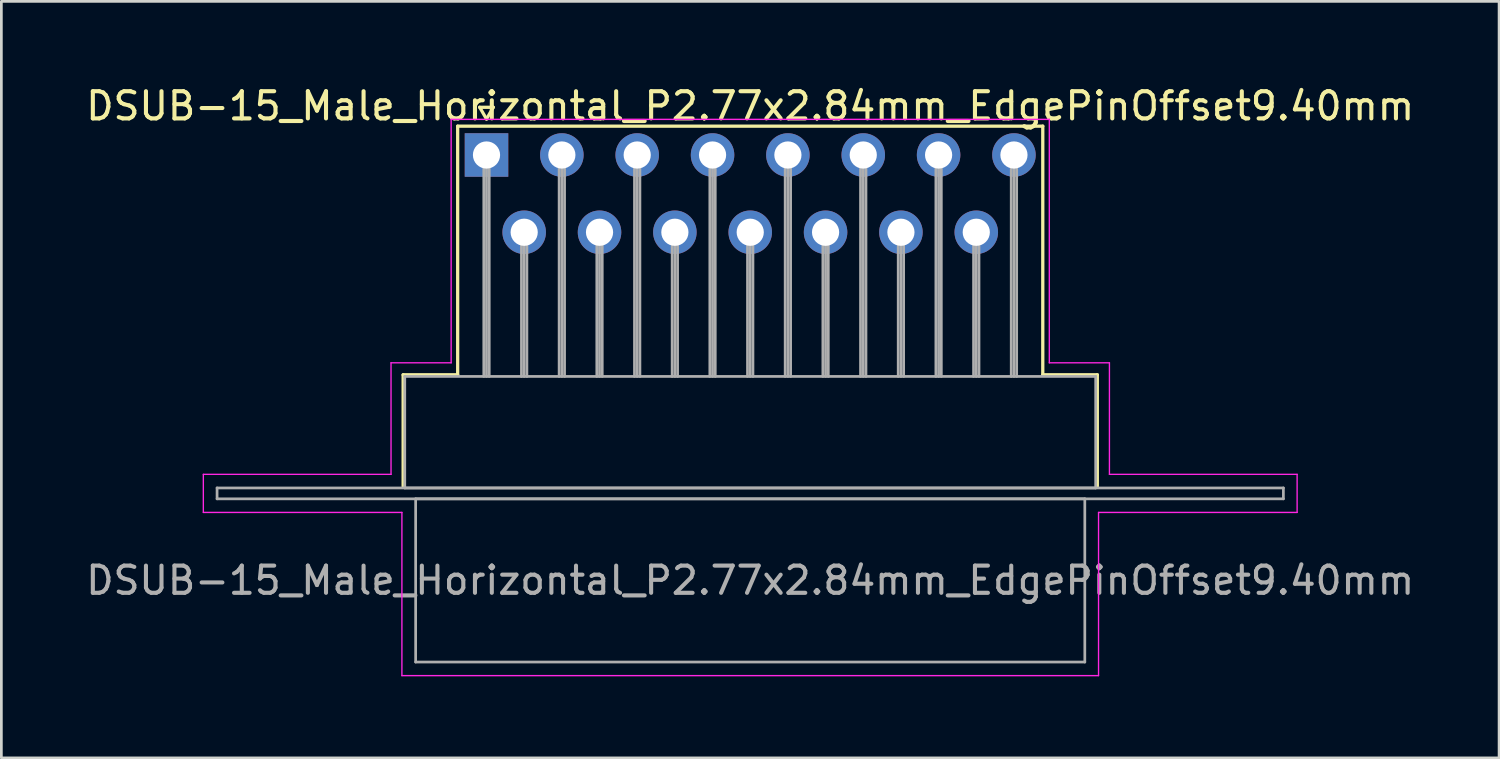
<source format=kicad_pcb>
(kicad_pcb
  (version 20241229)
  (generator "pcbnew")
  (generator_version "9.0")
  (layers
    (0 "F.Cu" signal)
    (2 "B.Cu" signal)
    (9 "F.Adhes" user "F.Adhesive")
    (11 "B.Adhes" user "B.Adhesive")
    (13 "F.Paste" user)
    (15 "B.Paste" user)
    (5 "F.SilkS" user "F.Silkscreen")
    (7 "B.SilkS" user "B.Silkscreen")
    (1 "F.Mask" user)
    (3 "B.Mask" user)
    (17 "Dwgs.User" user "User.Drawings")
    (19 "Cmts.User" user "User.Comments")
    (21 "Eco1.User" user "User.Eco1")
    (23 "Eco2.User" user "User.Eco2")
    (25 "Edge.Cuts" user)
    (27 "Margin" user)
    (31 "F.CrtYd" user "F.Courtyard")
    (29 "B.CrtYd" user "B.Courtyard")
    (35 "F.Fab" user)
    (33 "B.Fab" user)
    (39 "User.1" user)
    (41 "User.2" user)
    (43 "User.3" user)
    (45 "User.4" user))
  (footprint "DSUB-15_Male_Horizontal_P2.77x2.84mm_EdgePinOffset9.40mm"
    (layer "F.Cu")
    (at 14.835 2.648)
    (property "Reference" "DSUB-15_Male_Horizontal_P2.77x2.84mm_EdgePinOffset9.40mm" (at 9.695 -1.8 0) (layer "F.SilkS") (effects (font (size 1 1) (thickness 0.15))))
    (attr through_hole)
    (fp_line (start -3.065 8.08) (end -1.06 8.08) (stroke (width 0.12) (type solid)) (layer "F.SilkS"))
    (fp_line (start -3.065 12.18) (end -3.065 8.08) (stroke (width 0.12) (type solid)) (layer "F.SilkS"))
    (fp_line (start -1.06 -1.06) (end 20.45 -1.06) (stroke (width 0.12) (type solid)) (layer "F.SilkS"))
    (fp_line (start -1.06 8.08) (end -1.06 -1.06) (stroke (width 0.12) (type solid)) (layer "F.SilkS"))
    (fp_line (start -0.25 -1.754) (end 0.25 -1.754) (stroke (width 0.12) (type solid)) (layer "F.SilkS"))
    (fp_line (start 0 -1.321) (end -0.25 -1.754) (stroke (width 0.12) (type solid)) (layer "F.SilkS"))
    (fp_line (start 0.25 -1.754) (end 0 -1.321) (stroke (width 0.12) (type solid)) (layer "F.SilkS"))
    (fp_line (start 20.45 -1.06) (end 20.45 8.08) (stroke (width 0.12) (type solid)) (layer "F.SilkS"))
    (fp_line (start 20.45 8.08) (end 22.455 8.08) (stroke (width 0.12) (type solid)) (layer "F.SilkS"))
    (fp_line (start 22.455 8.08) (end 22.455 12.18) (stroke (width 0.12) (type solid)) (layer "F.SilkS"))
    (fp_line (start -10.41 11.74) (end -3.51 11.74) (stroke (width 0.05) (type solid)) (layer "F.CrtYd"))
    (fp_line (start -10.41 13.14) (end -10.41 11.74) (stroke (width 0.05) (type solid)) (layer "F.CrtYd"))
    (fp_line (start -3.51 7.64) (end -1.3 7.64) (stroke (width 0.05) (type solid)) (layer "F.CrtYd"))
    (fp_line (start -3.51 11.74) (end -3.51 7.64) (stroke (width 0.05) (type solid)) (layer "F.CrtYd"))
    (fp_line (start -3.11 13.14) (end -10.41 13.14) (stroke (width 0.05) (type solid)) (layer "F.CrtYd"))
    (fp_line (start -3.11 19.14) (end -3.11 13.14) (stroke (width 0.05) (type solid)) (layer "F.CrtYd"))
    (fp_line (start -1.3 -1.31) (end 20.69 -1.31) (stroke (width 0.05) (type solid)) (layer "F.CrtYd"))
    (fp_line (start -1.3 7.64) (end -1.3 -1.31) (stroke (width 0.05) (type solid)) (layer "F.CrtYd"))
    (fp_line (start 20.69 -1.31) (end 20.69 7.64) (stroke (width 0.05) (type solid)) (layer "F.CrtYd"))
    (fp_line (start 20.69 7.64) (end 22.9 7.64) (stroke (width 0.05) (type solid)) (layer "F.CrtYd"))
    (fp_line (start 22.5 13.14) (end 22.5 19.14) (stroke (width 0.05) (type solid)) (layer "F.CrtYd"))
    (fp_line (start 22.5 19.14) (end -3.11 19.14) (stroke (width 0.05) (type solid)) (layer "F.CrtYd"))
    (fp_line (start 22.9 7.64) (end 22.9 11.74) (stroke (width 0.05) (type solid)) (layer "F.CrtYd"))
    (fp_line (start 22.9 11.74) (end 29.8 11.74) (stroke (width 0.05) (type solid)) (layer "F.CrtYd"))
    (fp_line (start 29.8 11.74) (end 29.8 13.14) (stroke (width 0.05) (type solid)) (layer "F.CrtYd"))
    (fp_line (start 29.8 13.14) (end 22.5 13.14) (stroke (width 0.05) (type solid)) (layer "F.CrtYd"))
    (fp_line (start -9.905 12.24) (end -9.905 12.64) (stroke (width 0.1) (type solid)) (layer "F.Fab"))
    (fp_line (start -9.905 12.64) (end 29.295 12.64) (stroke (width 0.1) (type solid)) (layer "F.Fab"))
    (fp_line (start -3.005 8.14) (end -3.005 12.24) (stroke (width 0.1) (type solid)) (layer "F.Fab"))
    (fp_line (start -3.005 12.24) (end 22.395 12.24) (stroke (width 0.1) (type solid)) (layer "F.Fab"))
    (fp_line (start -2.605 12.64) (end -2.605 18.64) (stroke (width 0.1) (type solid)) (layer "F.Fab"))
    (fp_line (start -2.605 18.64) (end 21.995 18.64) (stroke (width 0.1) (type solid)) (layer "F.Fab"))
    (fp_line (start -0.1 0) (end -0.1 8.14) (stroke (width 0.1) (type solid)) (layer "F.Fab"))
    (fp_line (start 0 0) (end 0 8.14) (stroke (width 0.1) (type solid)) (layer "F.Fab"))
    (fp_line (start 0.1 0) (end 0.1 8.14) (stroke (width 0.1) (type solid)) (layer "F.Fab"))
    (fp_line (start 1.285 2.84) (end 1.285 8.14) (stroke (width 0.1) (type solid)) (layer "F.Fab"))
    (fp_line (start 1.385 2.84) (end 1.385 8.14) (stroke (width 0.1) (type solid)) (layer "F.Fab"))
    (fp_line (start 1.485 2.84) (end 1.485 8.14) (stroke (width 0.1) (type solid)) (layer "F.Fab"))
    (fp_line (start 2.67 0) (end 2.67 8.14) (stroke (width 0.1) (type solid)) (layer "F.Fab"))
    (fp_line (start 2.77 0) (end 2.77 8.14) (stroke (width 0.1) (type solid)) (layer "F.Fab"))
    (fp_line (start 2.87 0) (end 2.87 8.14) (stroke (width 0.1) (type solid)) (layer "F.Fab"))
    (fp_line (start 4.055 2.84) (end 4.055 8.14) (stroke (width 0.1) (type solid)) (layer "F.Fab"))
    (fp_line (start 4.155 2.84) (end 4.155 8.14) (stroke (width 0.1) (type solid)) (layer "F.Fab"))
    (fp_line (start 4.255 2.84) (end 4.255 8.14) (stroke (width 0.1) (type solid)) (layer "F.Fab"))
    (fp_line (start 5.44 0) (end 5.44 8.14) (stroke (width 0.1) (type solid)) (layer "F.Fab"))
    (fp_line (start 5.54 0) (end 5.54 8.14) (stroke (width 0.1) (type solid)) (layer "F.Fab"))
    (fp_line (start 5.64 0) (end 5.64 8.14) (stroke (width 0.1) (type solid)) (layer "F.Fab"))
    (fp_line (start 6.825 2.84) (end 6.825 8.14) (stroke (width 0.1) (type solid)) (layer "F.Fab"))
    (fp_line (start 6.925 2.84) (end 6.925 8.14) (stroke (width 0.1) (type solid)) (layer "F.Fab"))
    (fp_line (start 7.025 2.84) (end 7.025 8.14) (stroke (width 0.1) (type solid)) (layer "F.Fab"))
    (fp_line (start 8.21 0) (end 8.21 8.14) (stroke (width 0.1) (type solid)) (layer "F.Fab"))
    (fp_line (start 8.31 0) (end 8.31 8.14) (stroke (width 0.1) (type solid)) (layer "F.Fab"))
    (fp_line (start 8.41 0) (end 8.41 8.14) (stroke (width 0.1) (type solid)) (layer "F.Fab"))
    (fp_line (start 9.595 2.84) (end 9.595 8.14) (stroke (width 0.1) (type solid)) (layer "F.Fab"))
    (fp_line (start 9.695 2.84) (end 9.695 8.14) (stroke (width 0.1) (type solid)) (layer "F.Fab"))
    (fp_line (start 9.795 2.84) (end 9.795 8.14) (stroke (width 0.1) (type solid)) (layer "F.Fab"))
    (fp_line (start 10.98 0) (end 10.98 8.14) (stroke (width 0.1) (type solid)) (layer "F.Fab"))
    (fp_line (start 11.08 0) (end 11.08 8.14) (stroke (width 0.1) (type solid)) (layer "F.Fab"))
    (fp_line (start 11.18 0) (end 11.18 8.14) (stroke (width 0.1) (type solid)) (layer "F.Fab"))
    (fp_line (start 12.365 2.84) (end 12.365 8.14) (stroke (width 0.1) (type solid)) (layer "F.Fab"))
    (fp_line (start 12.465 2.84) (end 12.465 8.14) (stroke (width 0.1) (type solid)) (layer "F.Fab"))
    (fp_line (start 12.565 2.84) (end 12.565 8.14) (stroke (width 0.1) (type solid)) (layer "F.Fab"))
    (fp_line (start 13.75 0) (end 13.75 8.14) (stroke (width 0.1) (type solid)) (layer "F.Fab"))
    (fp_line (start 13.85 0) (end 13.85 8.14) (stroke (width 0.1) (type solid)) (layer "F.Fab"))
    (fp_line (start 13.95 0) (end 13.95 8.14) (stroke (width 0.1) (type solid)) (layer "F.Fab"))
    (fp_line (start 15.135 2.84) (end 15.135 8.14) (stroke (width 0.1) (type solid)) (layer "F.Fab"))
    (fp_line (start 15.235 2.84) (end 15.235 8.14) (stroke (width 0.1) (type solid)) (layer "F.Fab"))
    (fp_line (start 15.335 2.84) (end 15.335 8.14) (stroke (width 0.1) (type solid)) (layer "F.Fab"))
    (fp_line (start 16.52 0) (end 16.52 8.14) (stroke (width 0.1) (type solid)) (layer "F.Fab"))
    (fp_line (start 16.62 0) (end 16.62 8.14) (stroke (width 0.1) (type solid)) (layer "F.Fab"))
    (fp_line (start 16.72 0) (end 16.72 8.14) (stroke (width 0.1) (type solid)) (layer "F.Fab"))
    (fp_line (start 17.905 2.84) (end 17.905 8.14) (stroke (width 0.1) (type solid)) (layer "F.Fab"))
    (fp_line (start 18.005 2.84) (end 18.005 8.14) (stroke (width 0.1) (type solid)) (layer "F.Fab"))
    (fp_line (start 18.105 2.84) (end 18.105 8.14) (stroke (width 0.1) (type solid)) (layer "F.Fab"))
    (fp_line (start 19.29 0) (end 19.29 8.14) (stroke (width 0.1) (type solid)) (layer "F.Fab"))
    (fp_line (start 19.39 0) (end 19.39 8.14) (stroke (width 0.1) (type solid)) (layer "F.Fab"))
    (fp_line (start 19.49 0) (end 19.49 8.14) (stroke (width 0.1) (type solid)) (layer "F.Fab"))
    (fp_line (start 21.995 12.64) (end -2.605 12.64) (stroke (width 0.1) (type solid)) (layer "F.Fab"))
    (fp_line (start 21.995 18.64) (end 21.995 12.64) (stroke (width 0.1) (type solid)) (layer "F.Fab"))
    (fp_line (start 22.395 8.14) (end -3.005 8.14) (stroke (width 0.1) (type solid)) (layer "F.Fab"))
    (fp_line (start 22.395 12.24) (end 22.395 8.14) (stroke (width 0.1) (type solid)) (layer "F.Fab"))
    (fp_line (start 29.295 12.24) (end -9.905 12.24) (stroke (width 0.1) (type solid)) (layer "F.Fab"))
    (fp_line (start 29.295 12.64) (end 29.295 12.24) (stroke (width 0.1) (type solid)) (layer "F.Fab"))
    (fp_text user "${REFERENCE}" (at 9.695 15.64 0) (layer "F.Fab") (effects (font (size 1 1) (thickness 0.15))))
    (pad "1" thru_hole rect (at 0 0) (size 1.6 1.6) (drill 1) (layers "*.Cu" "*.Mask"))
    (pad "2" thru_hole circle (at 2.77 0) (size 1.6 1.6) (drill 1) (layers "*.Cu" "*.Mask"))
    (pad "3" thru_hole circle (at 5.54 0) (size 1.6 1.6) (drill 1) (layers "*.Cu" "*.Mask"))
    (pad "4" thru_hole circle (at 8.31 0) (size 1.6 1.6) (drill 1) (layers "*.Cu" "*.Mask"))
    (pad "5" thru_hole circle (at 11.08 0) (size 1.6 1.6) (drill 1) (layers "*.Cu" "*.Mask"))
    (pad "6" thru_hole circle (at 13.85 0) (size 1.6 1.6) (drill 1) (layers "*.Cu" "*.Mask"))
    (pad "7" thru_hole circle (at 16.62 0) (size 1.6 1.6) (drill 1) (layers "*.Cu" "*.Mask"))
    (pad "8" thru_hole circle (at 19.39 0) (size 1.6 1.6) (drill 1) (layers "*.Cu" "*.Mask"))
    (pad "9" thru_hole circle (at 1.385 2.84) (size 1.6 1.6) (drill 1) (layers "*.Cu" "*.Mask"))
    (pad "10" thru_hole circle (at 4.155 2.84) (size 1.6 1.6) (drill 1) (layers "*.Cu" "*.Mask"))
    (pad "11" thru_hole circle (at 6.925 2.84) (size 1.6 1.6) (drill 1) (layers "*.Cu" "*.Mask"))
    (pad "12" thru_hole circle (at 9.695 2.84) (size 1.6 1.6) (drill 1) (layers "*.Cu" "*.Mask"))
    (pad "13" thru_hole circle (at 12.465 2.84) (size 1.6 1.6) (drill 1) (layers "*.Cu" "*.Mask"))
    (pad "14" thru_hole circle (at 15.235 2.84) (size 1.6 1.6) (drill 1) (layers "*.Cu" "*.Mask"))
    (pad "15" thru_hole circle (at 18.005 2.84) (size 1.6 1.6) (drill 1) (layers "*.Cu" "*.Mask")))
  (gr_rect
    (start -3 -3)
    (end 52.06 24.813)
    (stroke (width 0.1) (type default))
    (fill no)
    (layer "Edge.Cuts")))
</source>
